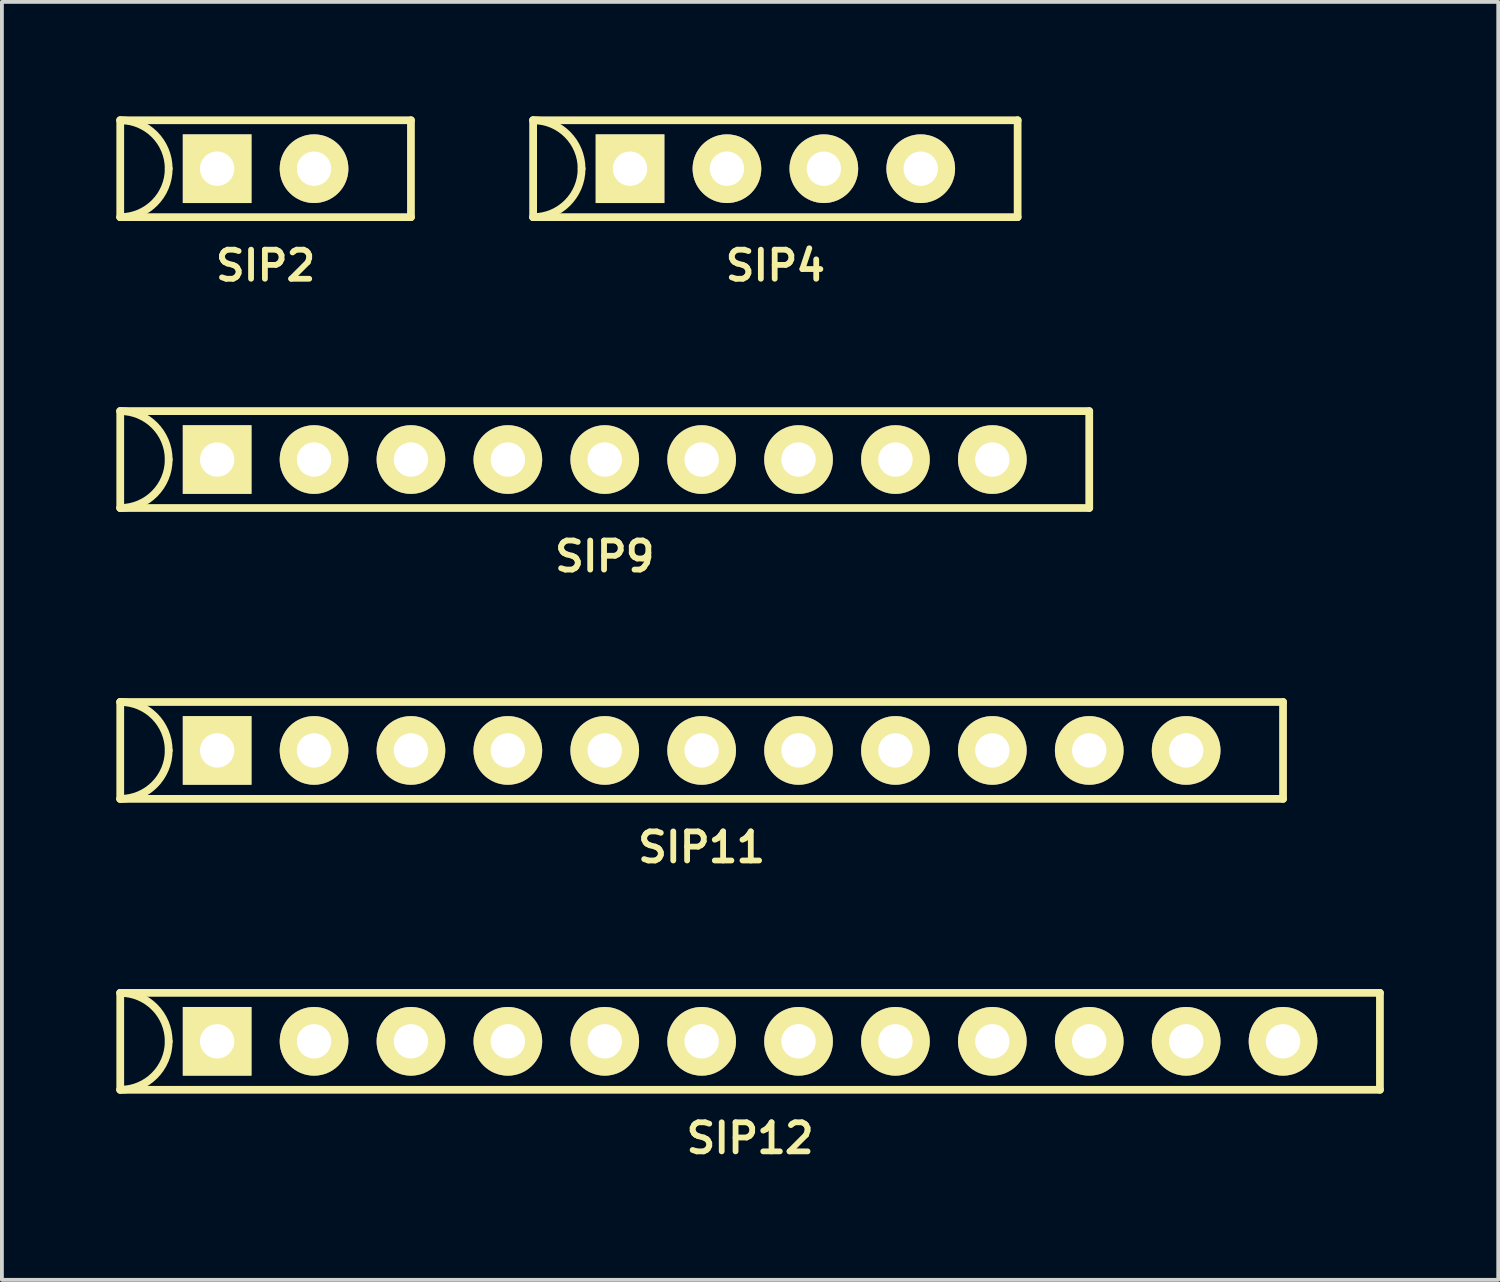
<source format=kicad_pcb>
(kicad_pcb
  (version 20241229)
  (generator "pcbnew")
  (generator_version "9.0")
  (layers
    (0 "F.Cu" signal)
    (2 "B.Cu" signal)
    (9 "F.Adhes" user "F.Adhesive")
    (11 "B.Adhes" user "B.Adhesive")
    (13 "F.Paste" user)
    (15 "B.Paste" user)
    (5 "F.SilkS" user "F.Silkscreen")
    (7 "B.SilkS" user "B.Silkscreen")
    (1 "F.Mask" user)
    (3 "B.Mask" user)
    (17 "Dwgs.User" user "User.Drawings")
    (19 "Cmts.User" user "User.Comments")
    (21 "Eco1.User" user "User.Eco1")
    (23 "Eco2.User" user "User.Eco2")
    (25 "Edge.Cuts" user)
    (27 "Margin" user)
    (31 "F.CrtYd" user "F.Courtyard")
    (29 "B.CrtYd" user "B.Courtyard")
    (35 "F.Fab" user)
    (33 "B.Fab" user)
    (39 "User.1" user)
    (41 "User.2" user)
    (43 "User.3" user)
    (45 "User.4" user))
  (footprint "SIP11"
    (layer "F.Cu")
    (at 15.342 16.621)
    (property "Reference" "SIP11" (at 0 2.54 0) (layer "F.SilkS") (effects (font (size 0.762 0.762) (thickness 0.152))))
    (attr through_hole)
    (fp_line (start -15.24 -1.27) (end -15.24 1.27) (stroke (width 0.203) (type solid)) (layer "F.SilkS"))
    (fp_line (start -15.24 1.27) (end 15.24 1.27) (stroke (width 0.203) (type solid)) (layer "F.SilkS"))
    (fp_line (start 15.24 -1.27) (end -15.24 -1.27) (stroke (width 0.203) (type solid)) (layer "F.SilkS"))
    (fp_line (start 15.24 1.27) (end 15.24 -1.27) (stroke (width 0.203) (type solid)) (layer "F.SilkS"))
    (fp_arc (start -15.24 -1.27) (mid -14.341974 -0.898026) (end -13.97 0) (stroke (width 0.2032) (type solid)) (layer "F.SilkS"))
    (fp_arc (start -13.97 0) (mid -14.341974 0.898026) (end -15.24 1.27) (stroke (width 0.2032) (type solid)) (layer "F.SilkS"))
    (pad "1" thru_hole rect (at -12.7 0) (size 1.8 1.8) (drill 0.9) (layers "*.Cu" "*.Mask" "F.SilkS"))
    (pad "2" thru_hole circle (at -10.16 0) (size 1.8 1.8) (drill 0.9) (layers "*.Cu" "*.Mask" "F.SilkS"))
    (pad "3" thru_hole circle (at -7.62 0) (size 1.8 1.8) (drill 0.9) (layers "*.Cu" "*.Mask" "F.SilkS"))
    (pad "4" thru_hole circle (at -5.08 0) (size 1.8 1.8) (drill 0.9) (layers "*.Cu" "*.Mask" "F.SilkS"))
    (pad "5" thru_hole circle (at -2.54 0) (size 1.8 1.8) (drill 0.9) (layers "*.Cu" "*.Mask" "F.SilkS"))
    (pad "6" thru_hole circle (at 0 0) (size 1.8 1.8) (drill 0.9) (layers "*.Cu" "*.Mask" "F.SilkS"))
    (pad "7" thru_hole circle (at 2.54 0) (size 1.8 1.8) (drill 0.9) (layers "*.Cu" "*.Mask" "F.SilkS"))
    (pad "8" thru_hole circle (at 5.08 0) (size 1.8 1.8) (drill 0.9) (layers "*.Cu" "*.Mask" "F.SilkS"))
    (pad "9" thru_hole circle (at 7.62 0) (size 1.8 1.8) (drill 0.9) (layers "*.Cu" "*.Mask" "F.SilkS"))
    (pad "10" thru_hole circle (at 10.16 0) (size 1.8 1.8) (drill 0.9) (layers "*.Cu" "*.Mask" "F.SilkS"))
    (pad "11" thru_hole circle (at 12.7 0) (size 1.8 1.8) (drill 0.9) (layers "*.Cu" "*.Mask" "F.SilkS")))
  (footprint "SIP12"
    (layer "F.Cu")
    (at 16.612 24.246)
    (property "Reference" "SIP12" (at 0 2.54 0) (layer "F.SilkS") (effects (font (size 0.762 0.762) (thickness 0.152))))
    (attr through_hole)
    (fp_line (start -16.51 -1.27) (end -16.51 1.27) (stroke (width 0.203) (type solid)) (layer "F.SilkS"))
    (fp_line (start -16.51 -1.27) (end 16.51 -1.27) (stroke (width 0.203) (type solid)) (layer "F.SilkS"))
    (fp_line (start 16.51 -1.27) (end 16.51 1.27) (stroke (width 0.203) (type solid)) (layer "F.SilkS"))
    (fp_line (start 16.51 1.27) (end -16.51 1.27) (stroke (width 0.203) (type solid)) (layer "F.SilkS"))
    (fp_arc (start -16.51 -1.27) (mid -15.611974 -0.898026) (end -15.24 0) (stroke (width 0.2032) (type solid)) (layer "F.SilkS"))
    (fp_arc (start -15.24 0) (mid -15.611974 0.898026) (end -16.51 1.27) (stroke (width 0.2032) (type solid)) (layer "F.SilkS"))
    (pad "1" thru_hole rect (at -13.97 0) (size 1.8 1.8) (drill 0.9) (layers "*.Cu" "*.Mask" "F.SilkS"))
    (pad "2" thru_hole circle (at -11.43 0) (size 1.8 1.8) (drill 0.9) (layers "*.Cu" "*.Mask" "F.SilkS"))
    (pad "3" thru_hole circle (at -8.89 0) (size 1.8 1.8) (drill 0.9) (layers "*.Cu" "*.Mask" "F.SilkS"))
    (pad "4" thru_hole circle (at -6.35 0) (size 1.8 1.8) (drill 0.9) (layers "*.Cu" "*.Mask" "F.SilkS"))
    (pad "5" thru_hole circle (at -3.81 0) (size 1.8 1.8) (drill 0.9) (layers "*.Cu" "*.Mask" "F.SilkS"))
    (pad "6" thru_hole circle (at -1.27 0) (size 1.8 1.8) (drill 0.9) (layers "*.Cu" "*.Mask" "F.SilkS"))
    (pad "7" thru_hole circle (at 1.27 0) (size 1.8 1.8) (drill 0.9) (layers "*.Cu" "*.Mask" "F.SilkS"))
    (pad "8" thru_hole circle (at 3.81 0) (size 1.8 1.8) (drill 0.9) (layers "*.Cu" "*.Mask" "F.SilkS"))
    (pad "9" thru_hole circle (at 6.35 0) (size 1.8 1.8) (drill 0.9) (layers "*.Cu" "*.Mask" "F.SilkS"))
    (pad "10" thru_hole circle (at 8.89 0) (size 1.8 1.8) (drill 0.9) (layers "*.Cu" "*.Mask" "F.SilkS"))
    (pad "11" thru_hole circle (at 11.43 0) (size 1.8 1.8) (drill 0.9) (layers "*.Cu" "*.Mask" "F.SilkS"))
    (pad "12" thru_hole circle (at 13.97 0) (size 1.8 1.8) (drill 0.9) (layers "*.Cu" "*.Mask" "F.SilkS")))
  (footprint "SIP4"
    (layer "F.Cu")
    (at 17.275 1.372)
    (property "Reference" "SIP4" (at 0 2.54 0) (layer "F.SilkS") (effects (font (size 0.762 0.762) (thickness 0.152))))
    (attr through_hole)
    (fp_line (start -6.35 -1.27) (end -6.35 1.27) (stroke (width 0.203) (type solid)) (layer "F.SilkS"))
    (fp_line (start -6.35 -1.27) (end 6.35 -1.27) (stroke (width 0.203) (type solid)) (layer "F.SilkS"))
    (fp_line (start 6.35 -1.27) (end 6.35 1.27) (stroke (width 0.203) (type solid)) (layer "F.SilkS"))
    (fp_line (start 6.35 1.27) (end -6.35 1.27) (stroke (width 0.203) (type solid)) (layer "F.SilkS"))
    (fp_arc (start -6.35 -1.27) (mid -5.451974 -0.898026) (end -5.08 0) (stroke (width 0.2032) (type solid)) (layer "F.SilkS"))
    (fp_arc (start -5.08 0) (mid -5.451974 0.898026) (end -6.35 1.27) (stroke (width 0.2032) (type solid)) (layer "F.SilkS"))
    (pad "1" thru_hole rect (at -3.81 0) (size 1.8 1.8) (drill 0.9) (layers "*.Cu" "*.Mask" "F.SilkS"))
    (pad "2" thru_hole circle (at -1.27 0) (size 1.8 1.8) (drill 0.9) (layers "*.Cu" "*.Mask" "F.SilkS"))
    (pad "3" thru_hole circle (at 1.27 0) (size 1.8 1.8) (drill 0.9) (layers "*.Cu" "*.Mask" "F.SilkS"))
    (pad "4" thru_hole circle (at 3.81 0) (size 1.8 1.8) (drill 0.9) (layers "*.Cu" "*.Mask" "F.SilkS")))
  (footprint "SIP9"
    (layer "F.Cu")
    (at 12.802 8.996)
    (property "Reference" "SIP9" (at 0 2.54 0) (layer "F.SilkS") (effects (font (size 0.762 0.762) (thickness 0.152))))
    (attr through_hole)
    (fp_line (start -12.7 -1.27) (end -12.7 1.27) (stroke (width 0.203) (type solid)) (layer "F.SilkS"))
    (fp_line (start -12.7 1.27) (end 12.7 1.27) (stroke (width 0.203) (type solid)) (layer "F.SilkS"))
    (fp_line (start 12.7 -1.27) (end -12.7 -1.27) (stroke (width 0.203) (type solid)) (layer "F.SilkS"))
    (fp_line (start 12.7 1.27) (end 12.7 -1.27) (stroke (width 0.203) (type solid)) (layer "F.SilkS"))
    (fp_arc (start -12.7 -1.27) (mid -11.801974 -0.898026) (end -11.43 0) (stroke (width 0.2032) (type solid)) (layer "F.SilkS"))
    (fp_arc (start -11.43 0) (mid -11.801974 0.898026) (end -12.7 1.27) (stroke (width 0.2032) (type solid)) (layer "F.SilkS"))
    (pad "1" thru_hole rect (at -10.16 0) (size 1.8 1.8) (drill 0.9) (layers "*.Cu" "*.Mask" "F.SilkS"))
    (pad "2" thru_hole circle (at -7.62 0) (size 1.8 1.8) (drill 0.9) (layers "*.Cu" "*.Mask" "F.SilkS"))
    (pad "3" thru_hole circle (at -5.08 0) (size 1.8 1.8) (drill 0.9) (layers "*.Cu" "*.Mask" "F.SilkS"))
    (pad "4" thru_hole circle (at -2.54 0) (size 1.8 1.8) (drill 0.9) (layers "*.Cu" "*.Mask" "F.SilkS"))
    (pad "5" thru_hole circle (at 0 0) (size 1.8 1.8) (drill 0.9) (layers "*.Cu" "*.Mask" "F.SilkS"))
    (pad "6" thru_hole circle (at 2.54 0) (size 1.8 1.8) (drill 0.9) (layers "*.Cu" "*.Mask" "F.SilkS"))
    (pad "7" thru_hole circle (at 5.08 0) (size 1.8 1.8) (drill 0.9) (layers "*.Cu" "*.Mask" "F.SilkS"))
    (pad "8" thru_hole circle (at 7.62 0) (size 1.8 1.8) (drill 0.9) (layers "*.Cu" "*.Mask" "F.SilkS"))
    (pad "9" thru_hole circle (at 10.16 0) (size 1.8 1.8) (drill 0.9) (layers "*.Cu" "*.Mask" "F.SilkS")))
  (footprint "SIP2"
    (layer "F.Cu")
    (at 3.912 1.372)
    (property "Reference" "SIP2" (at 0 2.54 0) (layer "F.SilkS") (effects (font (size 0.762 0.762) (thickness 0.152))))
    (attr through_hole)
    (fp_line (start -3.81 -1.27) (end -3.81 1.27) (stroke (width 0.203) (type solid)) (layer "F.SilkS"))
    (fp_line (start -3.81 1.27) (end 3.81 1.27) (stroke (width 0.203) (type solid)) (layer "F.SilkS"))
    (fp_line (start 3.81 -1.27) (end -3.81 -1.27) (stroke (width 0.203) (type solid)) (layer "F.SilkS"))
    (fp_line (start 3.81 -1.27) (end 3.81 1.27) (stroke (width 0.203) (type solid)) (layer "F.SilkS"))
    (fp_arc (start -3.81 -1.27) (mid -2.911974 -0.898026) (end -2.54 0) (stroke (width 0.2032) (type solid)) (layer "F.SilkS"))
    (fp_arc (start -2.54 0) (mid -2.911974 0.898026) (end -3.81 1.27) (stroke (width 0.2032) (type solid)) (layer "F.SilkS"))
    (pad "1" thru_hole rect (at -1.27 0) (size 1.8 1.8) (drill 0.9) (layers "*.Cu" "*.Mask" "F.SilkS"))
    (pad "2" thru_hole circle (at 1.27 0) (size 1.8 1.8) (drill 0.9) (layers "*.Cu" "*.Mask" "F.SilkS")))
  (gr_rect
    (start -3 -3)
    (end 36.223 30.499)
    (stroke (width 0.1) (type default))
    (fill no)
    (layer "Edge.Cuts")))
</source>
